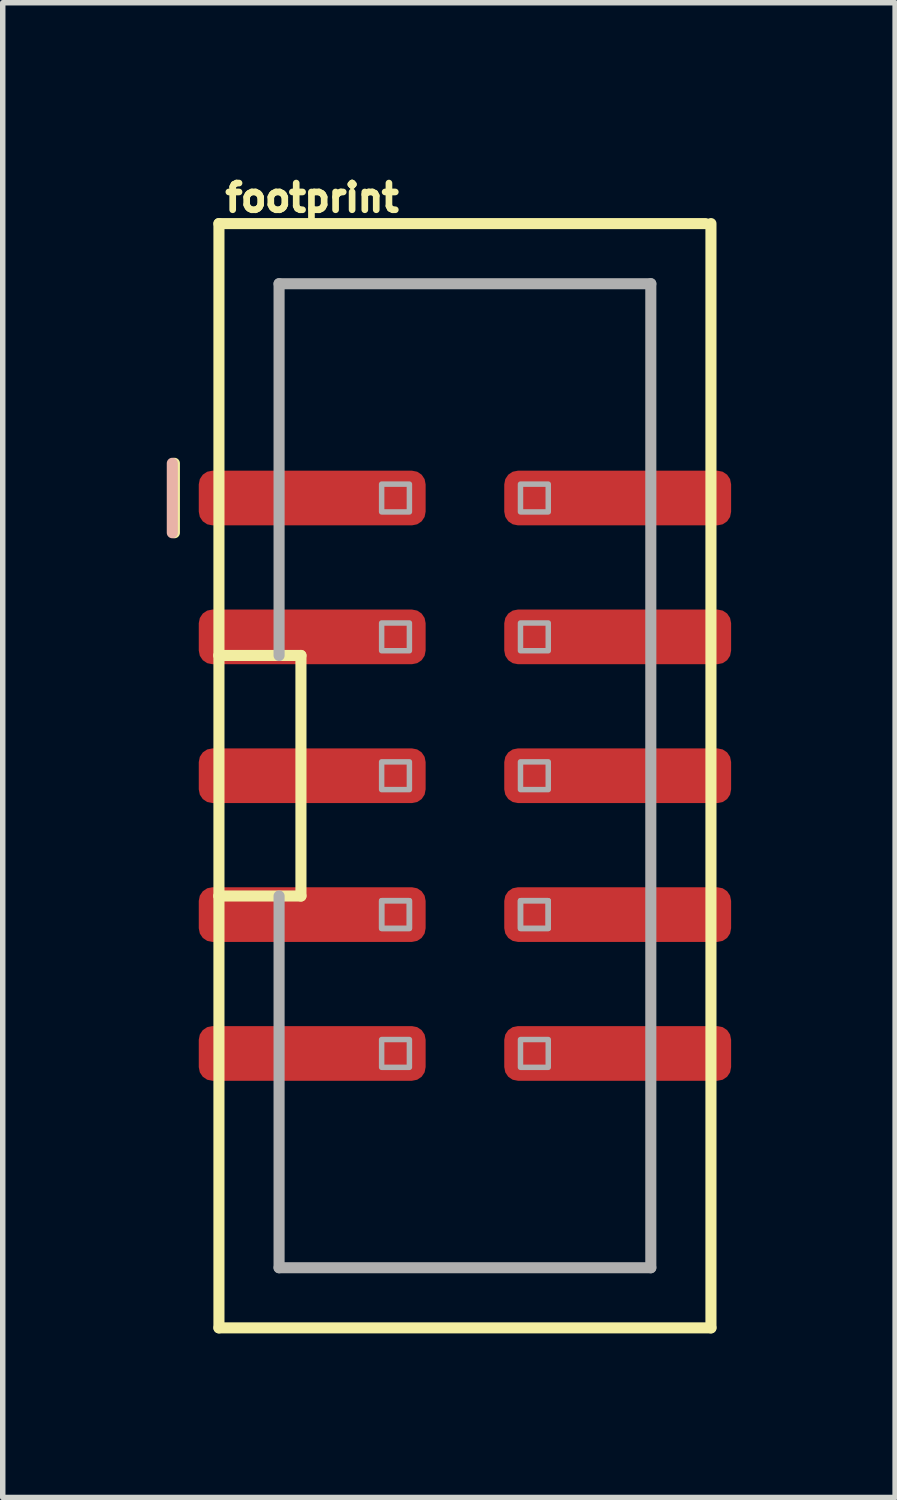
<source format=kicad_pcb>
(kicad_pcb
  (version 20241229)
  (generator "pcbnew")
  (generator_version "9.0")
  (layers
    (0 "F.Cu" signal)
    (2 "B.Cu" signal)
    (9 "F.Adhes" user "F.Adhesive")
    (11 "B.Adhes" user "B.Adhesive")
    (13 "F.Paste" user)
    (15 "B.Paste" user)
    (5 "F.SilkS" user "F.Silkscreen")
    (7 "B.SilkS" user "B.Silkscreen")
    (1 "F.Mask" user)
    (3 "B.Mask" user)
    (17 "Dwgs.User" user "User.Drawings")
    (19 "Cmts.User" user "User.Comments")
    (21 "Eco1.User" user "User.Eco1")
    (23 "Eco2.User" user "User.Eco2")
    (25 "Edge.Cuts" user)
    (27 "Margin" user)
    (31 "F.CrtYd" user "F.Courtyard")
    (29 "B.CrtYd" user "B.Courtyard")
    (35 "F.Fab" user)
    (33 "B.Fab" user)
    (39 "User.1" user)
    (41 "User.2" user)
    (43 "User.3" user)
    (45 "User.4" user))
  (footprint "footprint"
    (layer "F.Cu")
    (at 5.455 11.14)
    (property "Reference" "footprint" (at -4.445 -10.287 0) (layer "F.SilkS") (effects (font (size 0.488 0.488) (thickness 0.122)) (justify left bottom)))
    (fp_line (start -5.315 -5.715) (end -5.315 -4.445) (stroke (width 0.203) (type solid)) (layer "F.SilkS"))
    (fp_line (start -4.5 -10.1) (end 4.4 -10.1) (stroke (width 0.203) (type solid)) (layer "F.SilkS"))
    (fp_line (start -4.5 -2.2) (end -4.5 -10.1) (stroke (width 0.203) (type solid)) (layer "F.SilkS"))
    (fp_line (start -4.5 -2.2) (end -3 -2.2) (stroke (width 0.203) (type solid)) (layer "F.SilkS"))
    (fp_line (start -4.5 2.2) (end -4.5 -2.2) (stroke (width 0.203) (type solid)) (layer "F.SilkS"))
    (fp_line (start -4.5 10.1) (end -4.5 2.2) (stroke (width 0.203) (type solid)) (layer "F.SilkS"))
    (fp_line (start -3 -2.2) (end -3 2.2) (stroke (width 0.203) (type solid)) (layer "F.SilkS"))
    (fp_line (start -3 2.2) (end -4.5 2.2) (stroke (width 0.203) (type solid)) (layer "F.SilkS"))
    (fp_line (start 4.5 -10.1) (end 4.5 10.1) (stroke (width 0.203) (type solid)) (layer "F.SilkS"))
    (fp_line (start 4.5 10.1) (end -4.5 10.1) (stroke (width 0.203) (type solid)) (layer "F.SilkS"))
    (fp_line (start -5.353 -5.715) (end -5.353 -4.445) (stroke (width 0.203) (type solid)) (layer "B.SilkS"))
    (fp_line (start -3.4 -9) (end -3.4 -2.2) (stroke (width 0.203) (type solid)) (layer "F.Fab"))
    (fp_line (start -3.4 -9) (end 3.4 -9) (stroke (width 0.203) (type solid)) (layer "F.Fab"))
    (fp_line (start -3.4 9) (end -3.4 2.2) (stroke (width 0.203) (type solid)) (layer "F.Fab"))
    (fp_line (start -3.4 9) (end 3.4 9) (stroke (width 0.203) (type solid)) (layer "F.Fab"))
    (fp_line (start 3.4 -9) (end 3.4 9) (stroke (width 0.203) (type solid)) (layer "F.Fab"))
    (fp_poly (pts (xy -1.524 -4.826) (xy -1.016 -4.826) (xy -1.016 -5.334) (xy -1.524 -5.334)) (stroke (width 0.1) (type solid)) (fill no) (layer "F.Fab"))
    (fp_poly (pts (xy -1.524 -2.286) (xy -1.016 -2.286) (xy -1.016 -2.794) (xy -1.524 -2.794)) (stroke (width 0.1) (type solid)) (fill no) (layer "F.Fab"))
    (fp_poly (pts (xy -1.524 0.254) (xy -1.016 0.254) (xy -1.016 -0.254) (xy -1.524 -0.254)) (stroke (width 0.1) (type solid)) (fill no) (layer "F.Fab"))
    (fp_poly (pts (xy -1.524 2.794) (xy -1.016 2.794) (xy -1.016 2.286) (xy -1.524 2.286)) (stroke (width 0.1) (type solid)) (fill no) (layer "F.Fab"))
    (fp_poly (pts (xy -1.524 2.794) (xy -1.016 2.794) (xy -1.016 2.286) (xy -1.524 2.286)) (stroke (width 0.1) (type solid)) (fill no) (layer "F.Fab"))
    (fp_poly (pts (xy -1.524 5.334) (xy -1.016 5.334) (xy -1.016 4.826) (xy -1.524 4.826)) (stroke (width 0.1) (type solid)) (fill no) (layer "F.Fab"))
    (fp_poly (pts (xy 1.016 -4.826) (xy 1.524 -4.826) (xy 1.524 -5.334) (xy 1.016 -5.334)) (stroke (width 0.1) (type solid)) (fill no) (layer "F.Fab"))
    (fp_poly (pts (xy 1.016 -2.286) (xy 1.524 -2.286) (xy 1.524 -2.794) (xy 1.016 -2.794)) (stroke (width 0.1) (type solid)) (fill no) (layer "F.Fab"))
    (fp_poly (pts (xy 1.016 0.254) (xy 1.524 0.254) (xy 1.524 -0.254) (xy 1.016 -0.254)) (stroke (width 0.1) (type solid)) (fill no) (layer "F.Fab"))
    (fp_poly (pts (xy 1.016 2.794) (xy 1.524 2.794) (xy 1.524 2.286) (xy 1.016 2.286)) (stroke (width 0.1) (type solid)) (fill no) (layer "F.Fab"))
    (fp_poly (pts (xy 1.016 2.794) (xy 1.524 2.794) (xy 1.524 2.286) (xy 1.016 2.286)) (stroke (width 0.1) (type solid)) (fill no) (layer "F.Fab"))
    (fp_poly (pts (xy 1.016 5.334) (xy 1.524 5.334) (xy 1.524 4.826) (xy 1.016 4.826)) (stroke (width 0.1) (type solid)) (fill no) (layer "F.Fab"))
    (pad "1" smd roundrect (at -2.794 -5.08) (size 4.15 1) (layers "F.Cu" "F.Mask" "F.Paste") (roundrect_rratio 0.25))
    (pad "2" smd roundrect (at 2.794 -5.08) (size 4.15 1) (layers "F.Cu" "F.Mask" "F.Paste") (roundrect_rratio 0.25))
    (pad "3" smd roundrect (at -2.794 -2.54) (size 4.15 1) (layers "F.Cu" "F.Mask" "F.Paste") (roundrect_rratio 0.25))
    (pad "4" smd roundrect (at 2.794 -2.54) (size 4.15 1) (layers "F.Cu" "F.Mask" "F.Paste") (roundrect_rratio 0.25))
    (pad "5" smd roundrect (at -2.794 0) (size 4.15 1) (layers "F.Cu" "F.Mask" "F.Paste") (roundrect_rratio 0.25))
    (pad "6" smd roundrect (at 2.794 0) (size 4.15 1) (layers "F.Cu" "F.Mask" "F.Paste") (roundrect_rratio 0.25))
    (pad "7" smd roundrect (at -2.794 2.54) (size 4.15 1) (layers "F.Cu" "F.Mask" "F.Paste") (roundrect_rratio 0.25))
    (pad "8" smd roundrect (at 2.794 2.54) (size 4.15 1) (layers "F.Cu" "F.Mask" "F.Paste") (roundrect_rratio 0.25))
    (pad "9" smd roundrect (at -2.794 5.08) (size 4.15 1) (layers "F.Cu" "F.Mask" "F.Paste") (roundrect_rratio 0.25))
    (pad "10" smd roundrect (at 2.794 5.08) (size 4.15 1) (layers "F.Cu" "F.Mask" "F.Paste") (roundrect_rratio 0.25)))
  (gr_rect
    (start -3 -3)
    (end 13.324 24.342)
    (stroke (width 0.1) (type default))
    (fill no)
    (layer "Edge.Cuts")))
</source>
